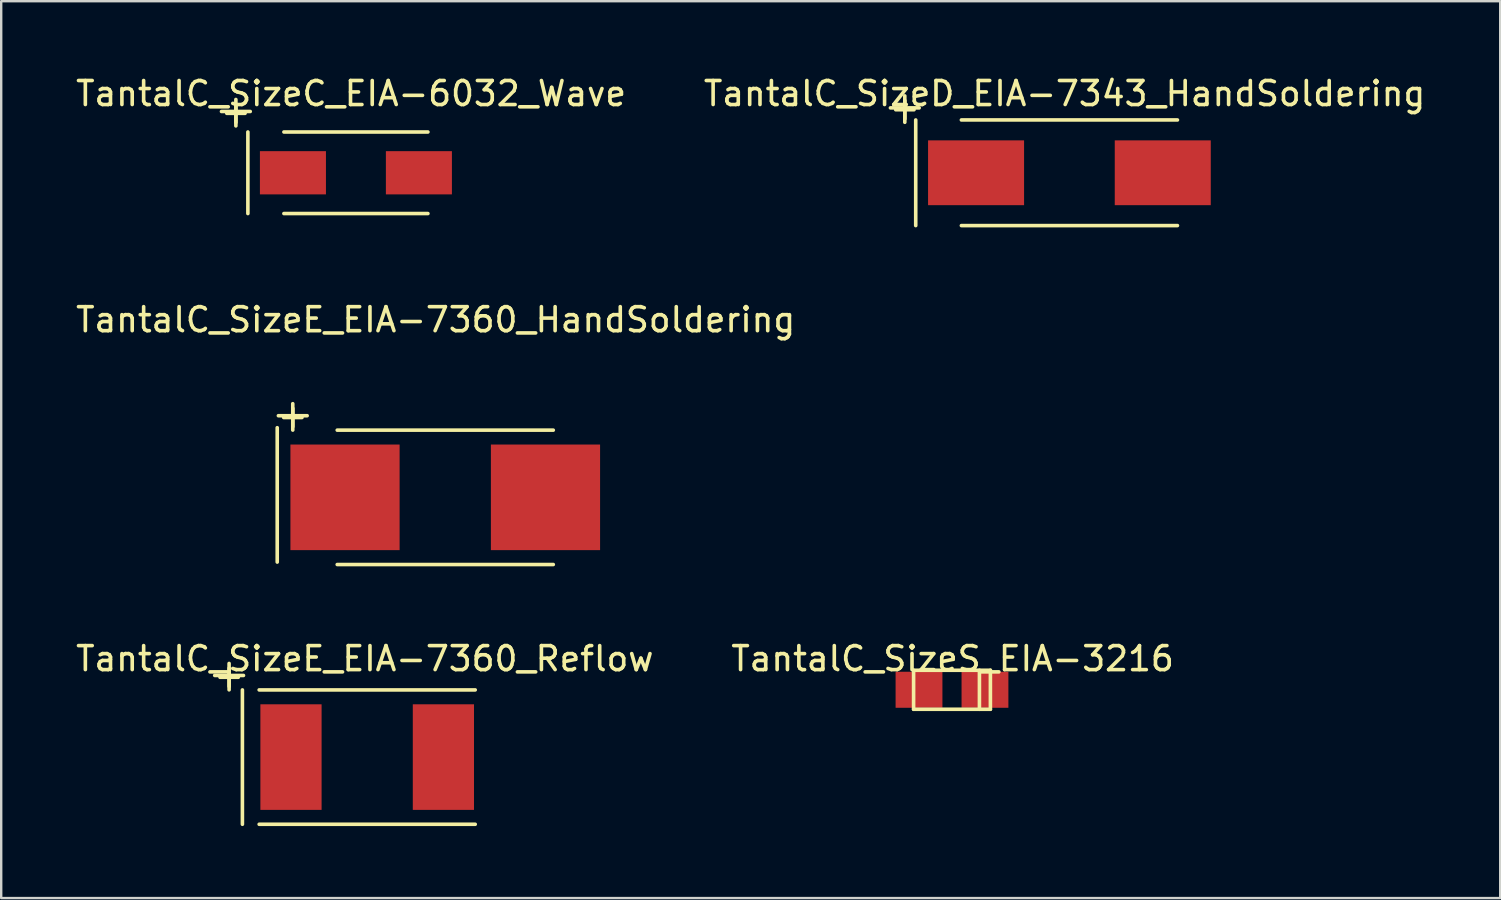
<source format=kicad_pcb>
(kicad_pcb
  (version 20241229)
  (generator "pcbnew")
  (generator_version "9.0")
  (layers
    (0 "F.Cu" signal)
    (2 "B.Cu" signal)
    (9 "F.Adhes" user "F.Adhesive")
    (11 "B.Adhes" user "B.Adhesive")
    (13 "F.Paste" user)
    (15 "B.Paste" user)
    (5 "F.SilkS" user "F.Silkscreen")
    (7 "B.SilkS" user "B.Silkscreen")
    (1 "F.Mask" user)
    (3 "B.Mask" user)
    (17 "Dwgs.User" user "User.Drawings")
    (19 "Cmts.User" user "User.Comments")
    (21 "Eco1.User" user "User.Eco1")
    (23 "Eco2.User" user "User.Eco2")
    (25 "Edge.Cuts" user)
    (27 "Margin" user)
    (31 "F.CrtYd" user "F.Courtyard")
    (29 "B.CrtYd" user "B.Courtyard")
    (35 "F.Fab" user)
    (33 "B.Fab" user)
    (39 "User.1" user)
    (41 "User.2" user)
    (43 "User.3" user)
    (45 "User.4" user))
  (footprint "TantalC_SizeD_EIA-7343_HandSoldering"
    (layer "F.Cu")
    (at 41.504 4.148)
    (property "Reference" "TantalC_SizeD_EIA-7343_HandSoldering" (at -0.201 -3.299 0) (layer "F.SilkS") (effects (font (size 1 1) (thickness 0.15))))
    (attr smd)
    (fp_line (start -7.457 -2.703) (end -6.259 -2.703) (stroke (width 0.15) (type solid)) (layer "F.SilkS"))
    (fp_line (start -6.858 -3.203) (end -6.858 -2.103) (stroke (width 0.15) (type solid)) (layer "F.SilkS"))
    (fp_line (start -6.403 -2.2) (end -6.403 2.2) (stroke (width 0.15) (type solid)) (layer "F.SilkS"))
    (fp_line (start -4.501 2.2) (end 4.501 2.2) (stroke (width 0.15) (type solid)) (layer "F.SilkS"))
    (fp_line (start 4.501 -2.2) (end -4.501 -2.2) (stroke (width 0.15) (type solid)) (layer "F.SilkS"))
    (fp_text user "+" (at -6.855 -2.7 0) (layer "F.SilkS") (effects (font (size 1 1) (thickness 0.15))))
    (pad "1" smd rect (at -3.889 0) (size 4 2.7) (layers "F.Cu" "F.Mask" "F.Paste"))
    (pad "2" smd rect (at 3.889 0) (size 4 2.7) (layers "F.Cu" "F.Mask" "F.Paste")))
  (footprint "TantalC_SizeC_EIA-6032_Wave"
    (layer "F.Cu")
    (at 11.778 4.148)
    (property "Reference" "TantalC_SizeC_EIA-6032_Wave" (at -0.201 -3.299 0) (layer "F.SilkS") (effects (font (size 1 1) (thickness 0.15))))
    (attr smd)
    (fp_line (start -5.601 -2.553) (end -4.402 -2.553) (stroke (width 0.15) (type solid)) (layer "F.SilkS"))
    (fp_line (start -5.001 -3.053) (end -5.001 -1.953) (stroke (width 0.15) (type solid)) (layer "F.SilkS"))
    (fp_line (start -4.501 -1.699) (end -4.501 1.699) (stroke (width 0.15) (type solid)) (layer "F.SilkS"))
    (fp_line (start 3 -1.699) (end -3 -1.699) (stroke (width 0.15) (type solid)) (layer "F.SilkS"))
    (fp_line (start 3 1.699) (end -3 1.699) (stroke (width 0.15) (type solid)) (layer "F.SilkS"))
    (fp_text user "+" (at -4.999 -2.55 0) (layer "F.SilkS") (effects (font (size 1 1) (thickness 0.15))))
    (pad "1" smd rect (at -2.624 0) (size 2.751 1.801) (layers "F.Cu" "F.Mask" "F.Paste"))
    (pad "2" smd rect (at 2.624 0) (size 2.751 1.801) (layers "F.Cu" "F.Mask" "F.Paste")))
  (footprint "TantalC_SizeS_EIA-3216"
    (layer "F.Cu")
    (at 36.612 25.687)
    (property "Reference" "TantalC_SizeS_EIA-3216" (at 0.025 -1.295 0) (layer "F.SilkS") (effects (font (size 1 1) (thickness 0.15))))
    (attr through_hole)
    (fp_line (start -1.6 -0.813) (end -1.6 0.813) (stroke (width 0.15) (type solid)) (layer "F.SilkS"))
    (fp_line (start -1.6 0.813) (end 1.6 0.813) (stroke (width 0.15) (type solid)) (layer "F.SilkS"))
    (fp_line (start 1.143 0.813) (end 1.143 -0.813) (stroke (width 0.15) (type solid)) (layer "F.SilkS"))
    (fp_line (start 1.6 -0.813) (end -1.6 -0.813) (stroke (width 0.15) (type solid)) (layer "F.SilkS"))
    (fp_line (start 1.6 0.813) (end 1.6 -0.813) (stroke (width 0.15) (type solid)) (layer "F.SilkS"))
    (pad "1" smd rect (at 1.374 0) (size 1.951 1.501) (layers "F.Cu" "F.Mask" "F.Paste"))
    (pad "2" smd rect (at -1.374 0) (size 1.951 1.501) (layers "F.Cu" "F.Mask" "F.Paste")))
  (footprint "TantalC_SizeE_EIA-7360_HandSoldering"
    (layer "F.Cu")
    (at 15.5 17.67)
    (property "Reference" "TantalC_SizeE_EIA-7360_HandSoldering" (at -0.399 -7.399 0) (layer "F.SilkS") (effects (font (size 1 1) (thickness 0.15))))
    (attr smd)
    (fp_line (start -7 -2.901) (end -7 2.697) (stroke (width 0.15) (type solid)) (layer "F.SilkS"))
    (fp_line (start -6.952 -3.401) (end -5.753 -3.401) (stroke (width 0.15) (type solid)) (layer "F.SilkS"))
    (fp_line (start -6.353 -3.901) (end -6.353 -2.802) (stroke (width 0.15) (type solid)) (layer "F.SilkS"))
    (fp_line (start -4.501 2.799) (end 4.501 2.799) (stroke (width 0.15) (type solid)) (layer "F.SilkS"))
    (fp_line (start 4.501 -2.799) (end -4.501 -2.799) (stroke (width 0.15) (type solid)) (layer "F.SilkS"))
    (fp_text user "+" (at -6.35 -3.399 0) (layer "F.SilkS") (effects (font (size 1 1) (thickness 0.15))))
    (pad "1" smd rect (at -4.176 0) (size 4.549 4.399) (layers "F.Cu" "F.Mask" "F.Paste"))
    (pad "2" smd rect (at 4.176 0) (size 4.549 4.399) (layers "F.Cu" "F.Mask" "F.Paste")))
  (footprint "TantalC_SizeE_EIA-7360_Reflow"
    (layer "F.Cu")
    (at 12.248 28.492)
    (property "Reference" "TantalC_SizeE_EIA-7360_Reflow" (at -0.099 -4.1 0) (layer "F.SilkS") (effects (font (size 1 1) (thickness 0.15))))
    (attr smd)
    (fp_line (start -6.353 -3.401) (end -5.154 -3.401) (stroke (width 0.15) (type solid)) (layer "F.SilkS"))
    (fp_line (start -5.753 -3.901) (end -5.753 -2.802) (stroke (width 0.15) (type solid)) (layer "F.SilkS"))
    (fp_line (start -5.199 -2.799) (end -5.199 2.799) (stroke (width 0.15) (type solid)) (layer "F.SilkS"))
    (fp_line (start -4.501 2.799) (end 4.501 2.799) (stroke (width 0.15) (type solid)) (layer "F.SilkS"))
    (fp_line (start 4.501 -2.799) (end -4.501 -2.799) (stroke (width 0.15) (type solid)) (layer "F.SilkS"))
    (fp_text user "+" (at -5.751 -3.399 0) (layer "F.SilkS") (effects (font (size 1 1) (thickness 0.15))))
    (pad "1" smd rect (at -3.175 0) (size 2.55 4.399) (layers "F.Cu" "F.Mask" "F.Paste"))
    (pad "2" smd rect (at 3.175 0) (size 2.55 4.399) (layers "F.Cu" "F.Mask" "F.Paste")))
  (gr_rect
    (start -3 -3)
    (end 59.452 34.366)
    (stroke (width 0.1) (type default))
    (fill no)
    (layer "Edge.Cuts")))
</source>
